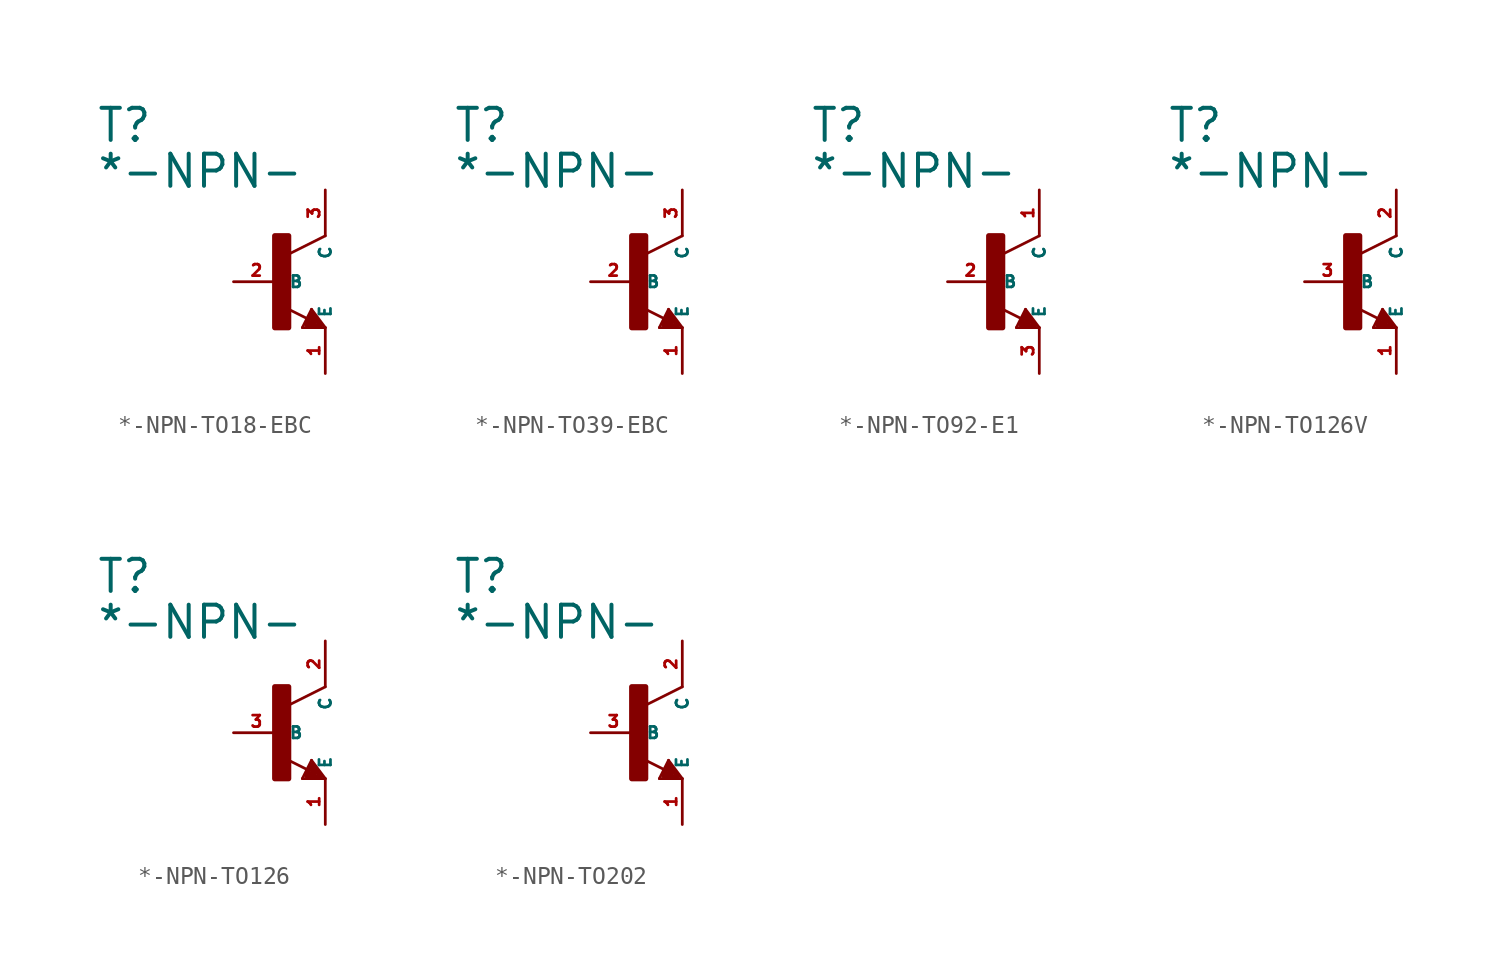
<source format=kicad_sym>
(kicad_symbol_lib
  (version 20220914)
  (generator Eagle2Kicad)
  (symbol "*-NPN-TO18-EBC"
    (property "Reference" "T"
      (at -10.16 7.62 0)
      (effects (font (size 1.778 1.778) (thickness 0.22)) (justify left bottom)))
    (property "Value" "*-NPN-"
      (at -10.16 5.08 0)
      (effects (font (size 1.778 1.778) (thickness 0.22)) (justify left bottom)))
    (polyline
      (pts (xy 2.54 2.54) (xy 0.508 1.524))
      (stroke (width 0.152) (type default))
      (fill (type none)))
    (polyline
      (pts (xy 1.778 -1.524) (xy 2.54 -2.54))
      (stroke (width 0.152) (type default))
      (fill (type none)))
    (polyline
      (pts (xy 2.54 -2.54) (xy 1.27 -2.54))
      (stroke (width 0.152) (type default))
      (fill (type none)))
    (polyline
      (pts (xy 1.27 -2.54) (xy 1.778 -1.524))
      (stroke (width 0.152) (type default))
      (fill (type none)))
    (polyline
      (pts (xy 1.54 -2.04) (xy 0.308 -1.424))
      (stroke (width 0.152) (type default))
      (fill (type none)))
    (polyline
      (pts (xy 1.524 -2.413) (xy 2.286 -2.413))
      (stroke (width 0.254) (type default))
      (fill (type none)))
    (polyline
      (pts (xy 2.286 -2.413) (xy 1.778 -1.778))
      (stroke (width 0.254) (type default))
      (fill (type none)))
    (polyline
      (pts (xy 1.778 -1.778) (xy 1.524 -2.286))
      (stroke (width 0.254) (type default))
      (fill (type none)))
    (polyline
      (pts (xy 1.524 -2.286) (xy 1.905 -2.286))
      (stroke (width 0.254) (type default))
      (fill (type none)))
    (polyline
      (pts (xy 1.905 -2.286) (xy 1.778 -2.032))
      (stroke (width 0.254) (type default))
      (fill (type none)))
    (rectangle
      (start -0.254 -2.54)
      (end 0.508 2.54)
      (stroke (width 0.3) (type default))
      (fill (type outline)))
    (pin passive line
      (at -2.54 0 0)
      (length 2.54)
      (name "B" (effects (font (size 0.635 0.635) (thickness 0.08)) (justify left bottom)))
      (number "2" (effects (font (size 0.635 0.635) (thickness 0.08)) (justify left bottom))))
    (pin passive line
      (at 2.54 -5.08 90)
      (length 2.54)
      (name "E" (effects (font (size 0.635 0.635) (thickness 0.08)) (justify left bottom)))
      (number "1" (effects (font (size 0.635 0.635) (thickness 0.08)) (justify left bottom))))
    (pin passive line
      (at 2.54 5.08 270)
      (length 2.54)
      (name "C" (effects (font (size 0.635 0.635) (thickness 0.08)) (justify left bottom)))
      (number "3" (effects (font (size 0.635 0.635) (thickness 0.08)) (justify left bottom)))))
  (symbol "*-NPN-TO39-EBC"
    (property "Reference" "T"
      (at -10.16 7.62 0)
      (effects (font (size 1.778 1.778) (thickness 0.22)) (justify left bottom)))
    (property "Value" "*-NPN-"
      (at -10.16 5.08 0)
      (effects (font (size 1.778 1.778) (thickness 0.22)) (justify left bottom)))
    (polyline
      (pts (xy 2.54 2.54) (xy 0.508 1.524))
      (stroke (width 0.152) (type default))
      (fill (type none)))
    (polyline
      (pts (xy 1.778 -1.524) (xy 2.54 -2.54))
      (stroke (width 0.152) (type default))
      (fill (type none)))
    (polyline
      (pts (xy 2.54 -2.54) (xy 1.27 -2.54))
      (stroke (width 0.152) (type default))
      (fill (type none)))
    (polyline
      (pts (xy 1.27 -2.54) (xy 1.778 -1.524))
      (stroke (width 0.152) (type default))
      (fill (type none)))
    (polyline
      (pts (xy 1.54 -2.04) (xy 0.308 -1.424))
      (stroke (width 0.152) (type default))
      (fill (type none)))
    (polyline
      (pts (xy 1.524 -2.413) (xy 2.286 -2.413))
      (stroke (width 0.254) (type default))
      (fill (type none)))
    (polyline
      (pts (xy 2.286 -2.413) (xy 1.778 -1.778))
      (stroke (width 0.254) (type default))
      (fill (type none)))
    (polyline
      (pts (xy 1.778 -1.778) (xy 1.524 -2.286))
      (stroke (width 0.254) (type default))
      (fill (type none)))
    (polyline
      (pts (xy 1.524 -2.286) (xy 1.905 -2.286))
      (stroke (width 0.254) (type default))
      (fill (type none)))
    (polyline
      (pts (xy 1.905 -2.286) (xy 1.778 -2.032))
      (stroke (width 0.254) (type default))
      (fill (type none)))
    (rectangle
      (start -0.254 -2.54)
      (end 0.508 2.54)
      (stroke (width 0.3) (type default))
      (fill (type outline)))
    (pin passive line
      (at -2.54 0 0)
      (length 2.54)
      (name "B" (effects (font (size 0.635 0.635) (thickness 0.08)) (justify left bottom)))
      (number "2" (effects (font (size 0.635 0.635) (thickness 0.08)) (justify left bottom))))
    (pin passive line
      (at 2.54 -5.08 90)
      (length 2.54)
      (name "E" (effects (font (size 0.635 0.635) (thickness 0.08)) (justify left bottom)))
      (number "1" (effects (font (size 0.635 0.635) (thickness 0.08)) (justify left bottom))))
    (pin passive line
      (at 2.54 5.08 270)
      (length 2.54)
      (name "C" (effects (font (size 0.635 0.635) (thickness 0.08)) (justify left bottom)))
      (number "3" (effects (font (size 0.635 0.635) (thickness 0.08)) (justify left bottom)))))
  (symbol "*-NPN-TO92-E1"
    (property "Reference" "T"
      (at -10.16 7.62 0)
      (effects (font (size 1.778 1.778) (thickness 0.22)) (justify left bottom)))
    (property "Value" "*-NPN-"
      (at -10.16 5.08 0)
      (effects (font (size 1.778 1.778) (thickness 0.22)) (justify left bottom)))
    (polyline
      (pts (xy 2.54 2.54) (xy 0.508 1.524))
      (stroke (width 0.152) (type default))
      (fill (type none)))
    (polyline
      (pts (xy 1.778 -1.524) (xy 2.54 -2.54))
      (stroke (width 0.152) (type default))
      (fill (type none)))
    (polyline
      (pts (xy 2.54 -2.54) (xy 1.27 -2.54))
      (stroke (width 0.152) (type default))
      (fill (type none)))
    (polyline
      (pts (xy 1.27 -2.54) (xy 1.778 -1.524))
      (stroke (width 0.152) (type default))
      (fill (type none)))
    (polyline
      (pts (xy 1.54 -2.04) (xy 0.308 -1.424))
      (stroke (width 0.152) (type default))
      (fill (type none)))
    (polyline
      (pts (xy 1.524 -2.413) (xy 2.286 -2.413))
      (stroke (width 0.254) (type default))
      (fill (type none)))
    (polyline
      (pts (xy 2.286 -2.413) (xy 1.778 -1.778))
      (stroke (width 0.254) (type default))
      (fill (type none)))
    (polyline
      (pts (xy 1.778 -1.778) (xy 1.524 -2.286))
      (stroke (width 0.254) (type default))
      (fill (type none)))
    (polyline
      (pts (xy 1.524 -2.286) (xy 1.905 -2.286))
      (stroke (width 0.254) (type default))
      (fill (type none)))
    (polyline
      (pts (xy 1.905 -2.286) (xy 1.778 -2.032))
      (stroke (width 0.254) (type default))
      (fill (type none)))
    (rectangle
      (start -0.254 -2.54)
      (end 0.508 2.54)
      (stroke (width 0.3) (type default))
      (fill (type outline)))
    (pin passive line
      (at -2.54 0 0)
      (length 2.54)
      (name "B" (effects (font (size 0.635 0.635) (thickness 0.08)) (justify left bottom)))
      (number "2" (effects (font (size 0.635 0.635) (thickness 0.08)) (justify left bottom))))
    (pin passive line
      (at 2.54 -5.08 90)
      (length 2.54)
      (name "E" (effects (font (size 0.635 0.635) (thickness 0.08)) (justify left bottom)))
      (number "3" (effects (font (size 0.635 0.635) (thickness 0.08)) (justify left bottom))))
    (pin passive line
      (at 2.54 5.08 270)
      (length 2.54)
      (name "C" (effects (font (size 0.635 0.635) (thickness 0.08)) (justify left bottom)))
      (number "1" (effects (font (size 0.635 0.635) (thickness 0.08)) (justify left bottom)))))
  (symbol "*-NPN-TO126V"
    (property "Reference" "T"
      (at -10.16 7.62 0)
      (effects (font (size 1.778 1.778) (thickness 0.22)) (justify left bottom)))
    (property "Value" "*-NPN-"
      (at -10.16 5.08 0)
      (effects (font (size 1.778 1.778) (thickness 0.22)) (justify left bottom)))
    (polyline
      (pts (xy 2.54 2.54) (xy 0.508 1.524))
      (stroke (width 0.152) (type default))
      (fill (type none)))
    (polyline
      (pts (xy 1.778 -1.524) (xy 2.54 -2.54))
      (stroke (width 0.152) (type default))
      (fill (type none)))
    (polyline
      (pts (xy 2.54 -2.54) (xy 1.27 -2.54))
      (stroke (width 0.152) (type default))
      (fill (type none)))
    (polyline
      (pts (xy 1.27 -2.54) (xy 1.778 -1.524))
      (stroke (width 0.152) (type default))
      (fill (type none)))
    (polyline
      (pts (xy 1.54 -2.04) (xy 0.308 -1.424))
      (stroke (width 0.152) (type default))
      (fill (type none)))
    (polyline
      (pts (xy 1.524 -2.413) (xy 2.286 -2.413))
      (stroke (width 0.254) (type default))
      (fill (type none)))
    (polyline
      (pts (xy 2.286 -2.413) (xy 1.778 -1.778))
      (stroke (width 0.254) (type default))
      (fill (type none)))
    (polyline
      (pts (xy 1.778 -1.778) (xy 1.524 -2.286))
      (stroke (width 0.254) (type default))
      (fill (type none)))
    (polyline
      (pts (xy 1.524 -2.286) (xy 1.905 -2.286))
      (stroke (width 0.254) (type default))
      (fill (type none)))
    (polyline
      (pts (xy 1.905 -2.286) (xy 1.778 -2.032))
      (stroke (width 0.254) (type default))
      (fill (type none)))
    (rectangle
      (start -0.254 -2.54)
      (end 0.508 2.54)
      (stroke (width 0.3) (type default))
      (fill (type outline)))
    (pin passive line
      (at -2.54 0 0)
      (length 2.54)
      (name "B" (effects (font (size 0.635 0.635) (thickness 0.08)) (justify left bottom)))
      (number "3" (effects (font (size 0.635 0.635) (thickness 0.08)) (justify left bottom))))
    (pin passive line
      (at 2.54 -5.08 90)
      (length 2.54)
      (name "E" (effects (font (size 0.635 0.635) (thickness 0.08)) (justify left bottom)))
      (number "1" (effects (font (size 0.635 0.635) (thickness 0.08)) (justify left bottom))))
    (pin passive line
      (at 2.54 5.08 270)
      (length 2.54)
      (name "C" (effects (font (size 0.635 0.635) (thickness 0.08)) (justify left bottom)))
      (number "2" (effects (font (size 0.635 0.635) (thickness 0.08)) (justify left bottom)))))
  (symbol "*-NPN-TO126"
    (property "Reference" "T"
      (at -10.16 7.62 0)
      (effects (font (size 1.778 1.778) (thickness 0.22)) (justify left bottom)))
    (property "Value" "*-NPN-"
      (at -10.16 5.08 0)
      (effects (font (size 1.778 1.778) (thickness 0.22)) (justify left bottom)))
    (polyline
      (pts (xy 2.54 2.54) (xy 0.508 1.524))
      (stroke (width 0.152) (type default))
      (fill (type none)))
    (polyline
      (pts (xy 1.778 -1.524) (xy 2.54 -2.54))
      (stroke (width 0.152) (type default))
      (fill (type none)))
    (polyline
      (pts (xy 2.54 -2.54) (xy 1.27 -2.54))
      (stroke (width 0.152) (type default))
      (fill (type none)))
    (polyline
      (pts (xy 1.27 -2.54) (xy 1.778 -1.524))
      (stroke (width 0.152) (type default))
      (fill (type none)))
    (polyline
      (pts (xy 1.54 -2.04) (xy 0.308 -1.424))
      (stroke (width 0.152) (type default))
      (fill (type none)))
    (polyline
      (pts (xy 1.524 -2.413) (xy 2.286 -2.413))
      (stroke (width 0.254) (type default))
      (fill (type none)))
    (polyline
      (pts (xy 2.286 -2.413) (xy 1.778 -1.778))
      (stroke (width 0.254) (type default))
      (fill (type none)))
    (polyline
      (pts (xy 1.778 -1.778) (xy 1.524 -2.286))
      (stroke (width 0.254) (type default))
      (fill (type none)))
    (polyline
      (pts (xy 1.524 -2.286) (xy 1.905 -2.286))
      (stroke (width 0.254) (type default))
      (fill (type none)))
    (polyline
      (pts (xy 1.905 -2.286) (xy 1.778 -2.032))
      (stroke (width 0.254) (type default))
      (fill (type none)))
    (rectangle
      (start -0.254 -2.54)
      (end 0.508 2.54)
      (stroke (width 0.3) (type default))
      (fill (type outline)))
    (pin passive line
      (at -2.54 0 0)
      (length 2.54)
      (name "B" (effects (font (size 0.635 0.635) (thickness 0.08)) (justify left bottom)))
      (number "3" (effects (font (size 0.635 0.635) (thickness 0.08)) (justify left bottom))))
    (pin passive line
      (at 2.54 -5.08 90)
      (length 2.54)
      (name "E" (effects (font (size 0.635 0.635) (thickness 0.08)) (justify left bottom)))
      (number "1" (effects (font (size 0.635 0.635) (thickness 0.08)) (justify left bottom))))
    (pin passive line
      (at 2.54 5.08 270)
      (length 2.54)
      (name "C" (effects (font (size 0.635 0.635) (thickness 0.08)) (justify left bottom)))
      (number "2" (effects (font (size 0.635 0.635) (thickness 0.08)) (justify left bottom)))))
  (symbol "*-NPN-TO202"
    (property "Reference" "T"
      (at -10.16 7.62 0)
      (effects (font (size 1.778 1.778) (thickness 0.22)) (justify left bottom)))
    (property "Value" "*-NPN-"
      (at -10.16 5.08 0)
      (effects (font (size 1.778 1.778) (thickness 0.22)) (justify left bottom)))
    (polyline
      (pts (xy 2.54 2.54) (xy 0.508 1.524))
      (stroke (width 0.152) (type default))
      (fill (type none)))
    (polyline
      (pts (xy 1.778 -1.524) (xy 2.54 -2.54))
      (stroke (width 0.152) (type default))
      (fill (type none)))
    (polyline
      (pts (xy 2.54 -2.54) (xy 1.27 -2.54))
      (stroke (width 0.152) (type default))
      (fill (type none)))
    (polyline
      (pts (xy 1.27 -2.54) (xy 1.778 -1.524))
      (stroke (width 0.152) (type default))
      (fill (type none)))
    (polyline
      (pts (xy 1.54 -2.04) (xy 0.308 -1.424))
      (stroke (width 0.152) (type default))
      (fill (type none)))
    (polyline
      (pts (xy 1.524 -2.413) (xy 2.286 -2.413))
      (stroke (width 0.254) (type default))
      (fill (type none)))
    (polyline
      (pts (xy 2.286 -2.413) (xy 1.778 -1.778))
      (stroke (width 0.254) (type default))
      (fill (type none)))
    (polyline
      (pts (xy 1.778 -1.778) (xy 1.524 -2.286))
      (stroke (width 0.254) (type default))
      (fill (type none)))
    (polyline
      (pts (xy 1.524 -2.286) (xy 1.905 -2.286))
      (stroke (width 0.254) (type default))
      (fill (type none)))
    (polyline
      (pts (xy 1.905 -2.286) (xy 1.778 -2.032))
      (stroke (width 0.254) (type default))
      (fill (type none)))
    (rectangle
      (start -0.254 -2.54)
      (end 0.508 2.54)
      (stroke (width 0.3) (type default))
      (fill (type outline)))
    (pin passive line
      (at -2.54 0 0)
      (length 2.54)
      (name "B" (effects (font (size 0.635 0.635) (thickness 0.08)) (justify left bottom)))
      (number "3" (effects (font (size 0.635 0.635) (thickness 0.08)) (justify left bottom))))
    (pin passive line
      (at 2.54 -5.08 90)
      (length 2.54)
      (name "E" (effects (font (size 0.635 0.635) (thickness 0.08)) (justify left bottom)))
      (number "1" (effects (font (size 0.635 0.635) (thickness 0.08)) (justify left bottom))))
    (pin passive line
      (at 2.54 5.08 270)
      (length 2.54)
      (name "C" (effects (font (size 0.635 0.635) (thickness 0.08)) (justify left bottom)))
      (number "2" (effects (font (size 0.635 0.635) (thickness 0.08)) (justify left bottom))))))
</source>
